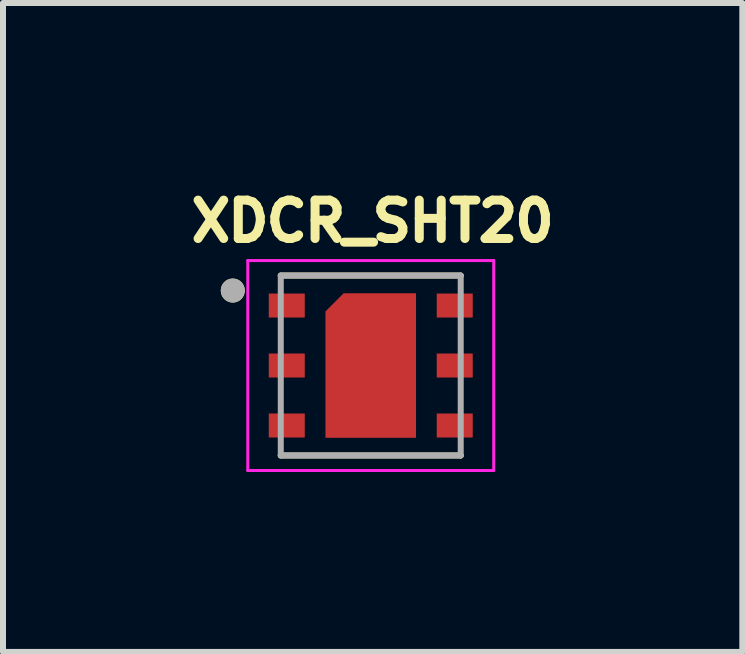
<source format=kicad_pcb>
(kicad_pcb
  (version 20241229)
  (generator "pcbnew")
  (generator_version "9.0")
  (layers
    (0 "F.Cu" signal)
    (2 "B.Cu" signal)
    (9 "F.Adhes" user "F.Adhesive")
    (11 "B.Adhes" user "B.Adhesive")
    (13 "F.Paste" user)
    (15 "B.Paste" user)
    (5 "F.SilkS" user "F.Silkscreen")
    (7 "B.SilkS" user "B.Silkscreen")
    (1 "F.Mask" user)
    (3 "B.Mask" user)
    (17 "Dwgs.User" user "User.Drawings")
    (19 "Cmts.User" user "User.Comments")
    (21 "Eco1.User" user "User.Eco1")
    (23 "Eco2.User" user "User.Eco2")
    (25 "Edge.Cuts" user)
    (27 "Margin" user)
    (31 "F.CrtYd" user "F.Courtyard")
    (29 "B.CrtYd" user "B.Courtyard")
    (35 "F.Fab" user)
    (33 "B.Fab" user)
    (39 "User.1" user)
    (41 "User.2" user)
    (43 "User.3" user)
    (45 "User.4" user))
  (footprint "XDCR_SHT20"
    (layer "F.Cu")
    (at 3.131 3.044)
    (property "Reference" "XDCR_SHT20" (at 0.032 -2.406 0) (layer "F.SilkS") (effects (font (size 0.64 0.64) (thickness 0.15))))
    (attr through_hole)
    (fp_poly (pts (xy -0.85 -0.9) (xy -0.85 1.2) (xy -0.85 1.205) (xy -0.849 1.21) (xy -0.849 1.216) (xy -0.848 1.221) (xy -0.847 1.226) (xy -0.845 1.231) (xy -0.843 1.236) (xy -0.841 1.241) (xy -0.839 1.245) (xy -0.837 1.25) (xy -0.834 1.254) (xy -0.831 1.259) (xy -0.828 1.263) (xy -0.824 1.267) (xy -0.821 1.271) (xy -0.817 1.274) (xy -0.813 1.278) (xy -0.809 1.281) (xy -0.804 1.284) (xy -0.8 1.287) (xy -0.795 1.289) (xy -0.791 1.291) (xy -0.786 1.293) (xy -0.781 1.295) (xy -0.776 1.297) (xy -0.771 1.298) (xy -0.766 1.299) (xy -0.76 1.299) (xy -0.755 1.3) (xy -0.75 1.3) (xy 0.75 1.3) (xy 0.755 1.3) (xy 0.76 1.299) (xy 0.766 1.299) (xy 0.771 1.298) (xy 0.776 1.297) (xy 0.781 1.295) (xy 0.786 1.293) (xy 0.791 1.291) (xy 0.795 1.289) (xy 0.8 1.287) (xy 0.804 1.284) (xy 0.809 1.281) (xy 0.813 1.278) (xy 0.817 1.274) (xy 0.821 1.271) (xy 0.824 1.267) (xy 0.828 1.263) (xy 0.831 1.259) (xy 0.834 1.254) (xy 0.837 1.25) (xy 0.839 1.245) (xy 0.841 1.241) (xy 0.843 1.236) (xy 0.845 1.231) (xy 0.847 1.226) (xy 0.848 1.221) (xy 0.849 1.216) (xy 0.849 1.21) (xy 0.85 1.205) (xy 0.85 1.2) (xy 0.85 -1.2) (xy 0.85 -1.205) (xy 0.849 -1.21) (xy 0.849 -1.216) (xy 0.848 -1.221) (xy 0.847 -1.226) (xy 0.845 -1.231) (xy 0.843 -1.236) (xy 0.841 -1.241) (xy 0.839 -1.245) (xy 0.837 -1.25) (xy 0.834 -1.254) (xy 0.831 -1.259) (xy 0.828 -1.263) (xy 0.824 -1.267) (xy 0.821 -1.271) (xy 0.817 -1.274) (xy 0.813 -1.278) (xy 0.809 -1.281) (xy 0.804 -1.284) (xy 0.8 -1.287) (xy 0.795 -1.289) (xy 0.791 -1.291) (xy 0.786 -1.293) (xy 0.781 -1.295) (xy 0.776 -1.297) (xy 0.771 -1.298) (xy 0.766 -1.299) (xy 0.76 -1.299) (xy 0.755 -1.3) (xy 0.75 -1.3) (xy -0.521 -1.3) (xy -0.85 -0.971) (xy -0.85 -0.9)) (stroke (width 0.01) (type solid)) (fill yes) (layer "F.Mask"))
    (fp_line (start -1.5 1.5) (end 1.5 1.5) (stroke (width 0.1) (type solid)) (layer "F.SilkS"))
    (fp_line (start 1.5 -1.5) (end -1.5 -1.5) (stroke (width 0.1) (type solid)) (layer "F.SilkS"))
    (fp_circle (center -2.3 -1.25) (end -2.2 -1.25) (stroke (width 0.2) (type solid)) (fill no) (layer "F.SilkS"))
    (fp_poly (pts (xy -1.7 -1.2) (xy -1.2 -1.2) (xy -1.2 -0.8) (xy -1.7 -0.8)) (stroke (width 0.01) (type solid)) (fill yes) (layer "F.Paste"))
    (fp_poly (pts (xy -1.7 -0.2) (xy -1.2 -0.2) (xy -1.2 0.2) (xy -1.7 0.2)) (stroke (width 0.01) (type solid)) (fill yes) (layer "F.Paste"))
    (fp_poly (pts (xy -1.7 0.8) (xy -1.2 0.8) (xy -1.2 1.2) (xy -1.7 1.2)) (stroke (width 0.01) (type solid)) (fill yes) (layer "F.Paste"))
    (fp_poly (pts (xy 1.2 -1.2) (xy 1.7 -1.2) (xy 1.7 -0.8) (xy 1.2 -0.8)) (stroke (width 0.01) (type solid)) (fill yes) (layer "F.Paste"))
    (fp_poly (pts (xy 1.2 -0.2) (xy 1.7 -0.2) (xy 1.7 0.2) (xy 1.2 0.2)) (stroke (width 0.01) (type solid)) (fill yes) (layer "F.Paste"))
    (fp_poly (pts (xy 1.2 0.8) (xy 1.7 0.8) (xy 1.7 1.2) (xy 1.2 1.2)) (stroke (width 0.01) (type solid)) (fill yes) (layer "F.Paste"))
    (fp_poly (pts (xy -0.7 -0.875) (xy -0.7 1.15) (xy 0.7 1.15) (xy 0.7 -1.15) (xy -0.425 -1.15)) (stroke (width 0.01) (type solid)) (fill yes) (layer "F.Paste"))
    (fp_line (start -2.05 -1.75) (end 2.05 -1.75) (stroke (width 0.05) (type solid)) (layer "F.CrtYd"))
    (fp_line (start -2.05 1.75) (end -2.05 -1.75) (stroke (width 0.05) (type solid)) (layer "F.CrtYd"))
    (fp_line (start 2.05 -1.75) (end 2.05 1.75) (stroke (width 0.05) (type solid)) (layer "F.CrtYd"))
    (fp_line (start 2.05 1.75) (end -2.05 1.75) (stroke (width 0.05) (type solid)) (layer "F.CrtYd"))
    (fp_line (start -1.5 -1.5) (end -1.5 1.5) (stroke (width 0.1) (type solid)) (layer "F.Fab"))
    (fp_line (start -1.5 1.5) (end 1.5 1.5) (stroke (width 0.1) (type solid)) (layer "F.Fab"))
    (fp_line (start 1.5 -1.5) (end -1.5 -1.5) (stroke (width 0.1) (type solid)) (layer "F.Fab"))
    (fp_line (start 1.5 1.5) (end 1.5 -1.5) (stroke (width 0.1) (type solid)) (layer "F.Fab"))
    (fp_circle (center -2.3 -1.25) (end -2.2 -1.25) (stroke (width 0.2) (type solid)) (fill no) (layer "F.Fab"))
    (pad "1" smd rect (at -1.4 -1) (size 0.6 0.4) (layers "F.Cu" "F.Mask"))
    (pad "2" smd rect (at -1.4 0) (size 0.6 0.4) (layers "F.Cu" "F.Mask"))
    (pad "3" smd rect (at -1.4 1) (size 0.6 0.4) (layers "F.Cu" "F.Mask"))
    (pad "4" smd rect (at 1.4 1) (size 0.6 0.4) (layers "F.Cu" "F.Mask"))
    (pad "5" smd rect (at 1.4 0) (size 0.6 0.4) (layers "F.Cu" "F.Mask"))
    (pad "6" smd rect (at 1.4 -1) (size 0.6 0.4) (layers "F.Cu" "F.Mask"))
    (pad "7" smd custom (at 0 0) (size 1 1) (layers "F.Cu") (options (anchor rect)) (primitives (gr_poly (pts (xy -0.45 -1.2) (xy 0.75 -1.2) (xy 0.75 1.2) (xy -0.75 1.2) (xy -0.75 -0.9)) (width 0.01) (fill yes)))))
  (gr_rect
    (start -3 -3)
    (end 9.326 7.819)
    (stroke (width 0.1) (type default))
    (fill no)
    (layer "Edge.Cuts")))
</source>
